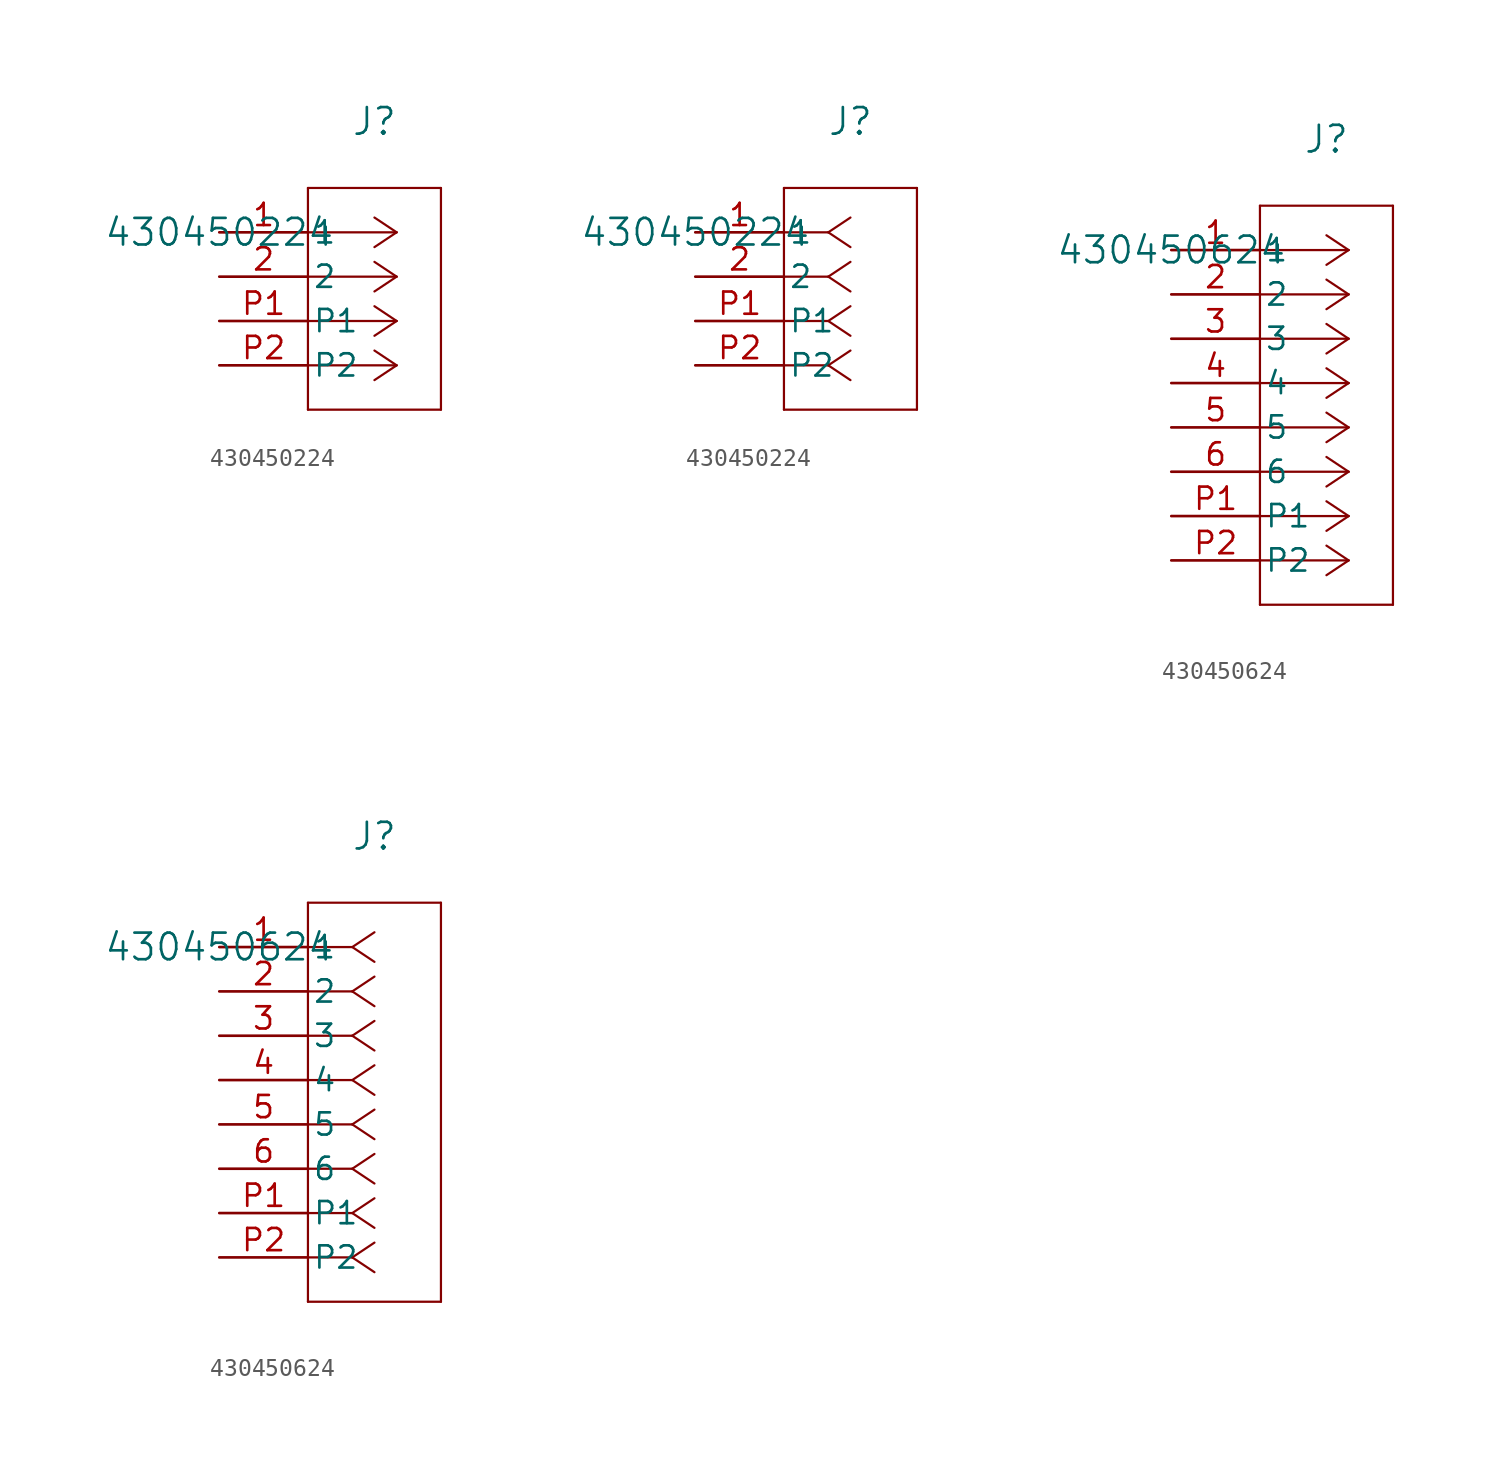
<source format=kicad_sym>
(kicad_symbol_lib
  (version 20220914)
  (generator kicad_symbol_editor)
  (symbol "430450224"
    (pin_names
      (offset 0.254))
    (property "Reference" "J"
      (at 8.89 6.35 0)
      (effects (font (size 1.524 1.524))))
    (property "Value" "430450224"
      (at 0 0 0)
      (effects (font (size 1.524 1.524))))
    (property "ki_locked" ""
      (at 0 0 0)
      (effects (font (size 1.27 1.27))))
    (symbol "430450224_1_1"
      (polyline (pts (xy 5.08 -10.16) (xy 12.7 -10.16)) (stroke (width 0.127) (type default)) (fill (type none)))
      (polyline (pts (xy 5.08 2.54) (xy 5.08 -10.16)) (stroke (width 0.127) (type default)) (fill (type none)))
      (polyline (pts (xy 10.16 -7.62) (xy 5.08 -7.62)) (stroke (width 0.127) (type default)) (fill (type none)))
      (polyline (pts (xy 10.16 -7.62) (xy 8.89 -8.467)) (stroke (width 0.127) (type default)) (fill (type none)))
      (polyline (pts (xy 10.16 -7.62) (xy 8.89 -6.773)) (stroke (width 0.127) (type default)) (fill (type none)))
      (polyline (pts (xy 10.16 -5.08) (xy 5.08 -5.08)) (stroke (width 0.127) (type default)) (fill (type none)))
      (polyline (pts (xy 10.16 -5.08) (xy 8.89 -5.927)) (stroke (width 0.127) (type default)) (fill (type none)))
      (polyline (pts (xy 10.16 -5.08) (xy 8.89 -4.233)) (stroke (width 0.127) (type default)) (fill (type none)))
      (polyline (pts (xy 10.16 -2.54) (xy 5.08 -2.54)) (stroke (width 0.127) (type default)) (fill (type none)))
      (polyline (pts (xy 10.16 -2.54) (xy 8.89 -3.387)) (stroke (width 0.127) (type default)) (fill (type none)))
      (polyline (pts (xy 10.16 -2.54) (xy 8.89 -1.693)) (stroke (width 0.127) (type default)) (fill (type none)))
      (polyline (pts (xy 10.16 0) (xy 5.08 0)) (stroke (width 0.127) (type default)) (fill (type none)))
      (polyline (pts (xy 10.16 0) (xy 8.89 -0.847)) (stroke (width 0.127) (type default)) (fill (type none)))
      (polyline (pts (xy 10.16 0) (xy 8.89 0.847)) (stroke (width 0.127) (type default)) (fill (type none)))
      (polyline (pts (xy 12.7 -10.16) (xy 12.7 2.54)) (stroke (width 0.127) (type default)) (fill (type none)))
      (polyline (pts (xy 12.7 2.54) (xy 5.08 2.54)) (stroke (width 0.127) (type default)) (fill (type none)))
      (pin unspecified line (at 0 0 0) (length 5.08) (name "1" (effects (font (size 1.27 1.27)))) (number "1" (effects (font (size 1.27 1.27)))))
      (pin unspecified line (at 0 -2.54 0) (length 5.08) (name "2" (effects (font (size 1.27 1.27)))) (number "2" (effects (font (size 1.27 1.27)))))
      (pin unspecified line (at 0 -5.08 0) (length 5.08) (name "P1" (effects (font (size 1.27 1.27)))) (number "P1" (effects (font (size 1.27 1.27)))))
      (pin unspecified line (at 0 -7.62 0) (length 5.08) (name "P2" (effects (font (size 1.27 1.27)))) (number "P2" (effects (font (size 1.27 1.27))))))
    (symbol "430450224_1_2"
      (polyline (pts (xy 5.08 -10.16) (xy 12.7 -10.16)) (stroke (width 0.127) (type default)) (fill (type none)))
      (polyline (pts (xy 5.08 2.54) (xy 5.08 -10.16)) (stroke (width 0.127) (type default)) (fill (type none)))
      (polyline (pts (xy 7.62 -7.62) (xy 5.08 -7.62)) (stroke (width 0.127) (type default)) (fill (type none)))
      (polyline (pts (xy 7.62 -7.62) (xy 8.89 -8.467)) (stroke (width 0.127) (type default)) (fill (type none)))
      (polyline (pts (xy 7.62 -7.62) (xy 8.89 -6.773)) (stroke (width 0.127) (type default)) (fill (type none)))
      (polyline (pts (xy 7.62 -5.08) (xy 5.08 -5.08)) (stroke (width 0.127) (type default)) (fill (type none)))
      (polyline (pts (xy 7.62 -5.08) (xy 8.89 -5.927)) (stroke (width 0.127) (type default)) (fill (type none)))
      (polyline (pts (xy 7.62 -5.08) (xy 8.89 -4.233)) (stroke (width 0.127) (type default)) (fill (type none)))
      (polyline (pts (xy 7.62 -2.54) (xy 5.08 -2.54)) (stroke (width 0.127) (type default)) (fill (type none)))
      (polyline (pts (xy 7.62 -2.54) (xy 8.89 -3.387)) (stroke (width 0.127) (type default)) (fill (type none)))
      (polyline (pts (xy 7.62 -2.54) (xy 8.89 -1.693)) (stroke (width 0.127) (type default)) (fill (type none)))
      (polyline (pts (xy 7.62 0) (xy 5.08 0)) (stroke (width 0.127) (type default)) (fill (type none)))
      (polyline (pts (xy 7.62 0) (xy 8.89 -0.847)) (stroke (width 0.127) (type default)) (fill (type none)))
      (polyline (pts (xy 7.62 0) (xy 8.89 0.847)) (stroke (width 0.127) (type default)) (fill (type none)))
      (polyline (pts (xy 12.7 -10.16) (xy 12.7 2.54)) (stroke (width 0.127) (type default)) (fill (type none)))
      (polyline (pts (xy 12.7 2.54) (xy 5.08 2.54)) (stroke (width 0.127) (type default)) (fill (type none)))
      (pin unspecified line (at 0 0 0) (length 5.08) (name "1" (effects (font (size 1.27 1.27)))) (number "1" (effects (font (size 1.27 1.27)))))
      (pin unspecified line (at 0 -2.54 0) (length 5.08) (name "2" (effects (font (size 1.27 1.27)))) (number "2" (effects (font (size 1.27 1.27)))))
      (pin unspecified line (at 0 -5.08 0) (length 5.08) (name "P1" (effects (font (size 1.27 1.27)))) (number "P1" (effects (font (size 1.27 1.27)))))
      (pin unspecified line (at 0 -7.62 0) (length 5.08) (name "P2" (effects (font (size 1.27 1.27)))) (number "P2" (effects (font (size 1.27 1.27)))))))
  (symbol "430450624"
    (pin_names
      (offset 0.254))
    (property "Reference" "J"
      (at 8.89 6.35 0)
      (effects (font (size 1.524 1.524))))
    (property "Value" "430450624"
      (at 0 0 0)
      (effects (font (size 1.524 1.524))))
    (property "ki_locked" ""
      (at 0 0 0)
      (effects (font (size 1.27 1.27))))
    (symbol "430450624_1_1"
      (polyline (pts (xy 5.08 -20.32) (xy 12.7 -20.32)) (stroke (width 0.127) (type default)) (fill (type none)))
      (polyline (pts (xy 5.08 2.54) (xy 5.08 -20.32)) (stroke (width 0.127) (type default)) (fill (type none)))
      (polyline (pts (xy 10.16 -17.78) (xy 5.08 -17.78)) (stroke (width 0.127) (type default)) (fill (type none)))
      (polyline (pts (xy 10.16 -17.78) (xy 8.89 -18.627)) (stroke (width 0.127) (type default)) (fill (type none)))
      (polyline (pts (xy 10.16 -17.78) (xy 8.89 -16.933)) (stroke (width 0.127) (type default)) (fill (type none)))
      (polyline (pts (xy 10.16 -15.24) (xy 5.08 -15.24)) (stroke (width 0.127) (type default)) (fill (type none)))
      (polyline (pts (xy 10.16 -15.24) (xy 8.89 -16.087)) (stroke (width 0.127) (type default)) (fill (type none)))
      (polyline (pts (xy 10.16 -15.24) (xy 8.89 -14.393)) (stroke (width 0.127) (type default)) (fill (type none)))
      (polyline (pts (xy 10.16 -12.7) (xy 5.08 -12.7)) (stroke (width 0.127) (type default)) (fill (type none)))
      (polyline (pts (xy 10.16 -12.7) (xy 8.89 -13.547)) (stroke (width 0.127) (type default)) (fill (type none)))
      (polyline (pts (xy 10.16 -12.7) (xy 8.89 -11.853)) (stroke (width 0.127) (type default)) (fill (type none)))
      (polyline (pts (xy 10.16 -10.16) (xy 5.08 -10.16)) (stroke (width 0.127) (type default)) (fill (type none)))
      (polyline (pts (xy 10.16 -10.16) (xy 8.89 -11.007)) (stroke (width 0.127) (type default)) (fill (type none)))
      (polyline (pts (xy 10.16 -10.16) (xy 8.89 -9.313)) (stroke (width 0.127) (type default)) (fill (type none)))
      (polyline (pts (xy 10.16 -7.62) (xy 5.08 -7.62)) (stroke (width 0.127) (type default)) (fill (type none)))
      (polyline (pts (xy 10.16 -7.62) (xy 8.89 -8.467)) (stroke (width 0.127) (type default)) (fill (type none)))
      (polyline (pts (xy 10.16 -7.62) (xy 8.89 -6.773)) (stroke (width 0.127) (type default)) (fill (type none)))
      (polyline (pts (xy 10.16 -5.08) (xy 5.08 -5.08)) (stroke (width 0.127) (type default)) (fill (type none)))
      (polyline (pts (xy 10.16 -5.08) (xy 8.89 -5.927)) (stroke (width 0.127) (type default)) (fill (type none)))
      (polyline (pts (xy 10.16 -5.08) (xy 8.89 -4.233)) (stroke (width 0.127) (type default)) (fill (type none)))
      (polyline (pts (xy 10.16 -2.54) (xy 5.08 -2.54)) (stroke (width 0.127) (type default)) (fill (type none)))
      (polyline (pts (xy 10.16 -2.54) (xy 8.89 -3.387)) (stroke (width 0.127) (type default)) (fill (type none)))
      (polyline (pts (xy 10.16 -2.54) (xy 8.89 -1.693)) (stroke (width 0.127) (type default)) (fill (type none)))
      (polyline (pts (xy 10.16 0) (xy 5.08 0)) (stroke (width 0.127) (type default)) (fill (type none)))
      (polyline (pts (xy 10.16 0) (xy 8.89 -0.847)) (stroke (width 0.127) (type default)) (fill (type none)))
      (polyline (pts (xy 10.16 0) (xy 8.89 0.847)) (stroke (width 0.127) (type default)) (fill (type none)))
      (polyline (pts (xy 12.7 -20.32) (xy 12.7 2.54)) (stroke (width 0.127) (type default)) (fill (type none)))
      (polyline (pts (xy 12.7 2.54) (xy 5.08 2.54)) (stroke (width 0.127) (type default)) (fill (type none)))
      (pin unspecified line (at 0 0 0) (length 5.08) (name "1" (effects (font (size 1.27 1.27)))) (number "1" (effects (font (size 1.27 1.27)))))
      (pin unspecified line (at 0 -2.54 0) (length 5.08) (name "2" (effects (font (size 1.27 1.27)))) (number "2" (effects (font (size 1.27 1.27)))))
      (pin unspecified line (at 0 -5.08 0) (length 5.08) (name "3" (effects (font (size 1.27 1.27)))) (number "3" (effects (font (size 1.27 1.27)))))
      (pin unspecified line (at 0 -7.62 0) (length 5.08) (name "4" (effects (font (size 1.27 1.27)))) (number "4" (effects (font (size 1.27 1.27)))))
      (pin unspecified line (at 0 -10.16 0) (length 5.08) (name "5" (effects (font (size 1.27 1.27)))) (number "5" (effects (font (size 1.27 1.27)))))
      (pin unspecified line (at 0 -12.7 0) (length 5.08) (name "6" (effects (font (size 1.27 1.27)))) (number "6" (effects (font (size 1.27 1.27)))))
      (pin unspecified line (at 0 -15.24 0) (length 5.08) (name "P1" (effects (font (size 1.27 1.27)))) (number "P1" (effects (font (size 1.27 1.27)))))
      (pin unspecified line (at 0 -17.78 0) (length 5.08) (name "P2" (effects (font (size 1.27 1.27)))) (number "P2" (effects (font (size 1.27 1.27))))))
    (symbol "430450624_1_2"
      (polyline (pts (xy 5.08 -20.32) (xy 12.7 -20.32)) (stroke (width 0.127) (type default)) (fill (type none)))
      (polyline (pts (xy 5.08 2.54) (xy 5.08 -20.32)) (stroke (width 0.127) (type default)) (fill (type none)))
      (polyline (pts (xy 7.62 -17.78) (xy 5.08 -17.78)) (stroke (width 0.127) (type default)) (fill (type none)))
      (polyline (pts (xy 7.62 -17.78) (xy 8.89 -18.627)) (stroke (width 0.127) (type default)) (fill (type none)))
      (polyline (pts (xy 7.62 -17.78) (xy 8.89 -16.933)) (stroke (width 0.127) (type default)) (fill (type none)))
      (polyline (pts (xy 7.62 -15.24) (xy 5.08 -15.24)) (stroke (width 0.127) (type default)) (fill (type none)))
      (polyline (pts (xy 7.62 -15.24) (xy 8.89 -16.087)) (stroke (width 0.127) (type default)) (fill (type none)))
      (polyline (pts (xy 7.62 -15.24) (xy 8.89 -14.393)) (stroke (width 0.127) (type default)) (fill (type none)))
      (polyline (pts (xy 7.62 -12.7) (xy 5.08 -12.7)) (stroke (width 0.127) (type default)) (fill (type none)))
      (polyline (pts (xy 7.62 -12.7) (xy 8.89 -13.547)) (stroke (width 0.127) (type default)) (fill (type none)))
      (polyline (pts (xy 7.62 -12.7) (xy 8.89 -11.853)) (stroke (width 0.127) (type default)) (fill (type none)))
      (polyline (pts (xy 7.62 -10.16) (xy 5.08 -10.16)) (stroke (width 0.127) (type default)) (fill (type none)))
      (polyline (pts (xy 7.62 -10.16) (xy 8.89 -11.007)) (stroke (width 0.127) (type default)) (fill (type none)))
      (polyline (pts (xy 7.62 -10.16) (xy 8.89 -9.313)) (stroke (width 0.127) (type default)) (fill (type none)))
      (polyline (pts (xy 7.62 -7.62) (xy 5.08 -7.62)) (stroke (width 0.127) (type default)) (fill (type none)))
      (polyline (pts (xy 7.62 -7.62) (xy 8.89 -8.467)) (stroke (width 0.127) (type default)) (fill (type none)))
      (polyline (pts (xy 7.62 -7.62) (xy 8.89 -6.773)) (stroke (width 0.127) (type default)) (fill (type none)))
      (polyline (pts (xy 7.62 -5.08) (xy 5.08 -5.08)) (stroke (width 0.127) (type default)) (fill (type none)))
      (polyline (pts (xy 7.62 -5.08) (xy 8.89 -5.927)) (stroke (width 0.127) (type default)) (fill (type none)))
      (polyline (pts (xy 7.62 -5.08) (xy 8.89 -4.233)) (stroke (width 0.127) (type default)) (fill (type none)))
      (polyline (pts (xy 7.62 -2.54) (xy 5.08 -2.54)) (stroke (width 0.127) (type default)) (fill (type none)))
      (polyline (pts (xy 7.62 -2.54) (xy 8.89 -3.387)) (stroke (width 0.127) (type default)) (fill (type none)))
      (polyline (pts (xy 7.62 -2.54) (xy 8.89 -1.693)) (stroke (width 0.127) (type default)) (fill (type none)))
      (polyline (pts (xy 7.62 0) (xy 5.08 0)) (stroke (width 0.127) (type default)) (fill (type none)))
      (polyline (pts (xy 7.62 0) (xy 8.89 -0.847)) (stroke (width 0.127) (type default)) (fill (type none)))
      (polyline (pts (xy 7.62 0) (xy 8.89 0.847)) (stroke (width 0.127) (type default)) (fill (type none)))
      (polyline (pts (xy 12.7 -20.32) (xy 12.7 2.54)) (stroke (width 0.127) (type default)) (fill (type none)))
      (polyline (pts (xy 12.7 2.54) (xy 5.08 2.54)) (stroke (width 0.127) (type default)) (fill (type none)))
      (pin unspecified line (at 0 0 0) (length 5.08) (name "1" (effects (font (size 1.27 1.27)))) (number "1" (effects (font (size 1.27 1.27)))))
      (pin unspecified line (at 0 -2.54 0) (length 5.08) (name "2" (effects (font (size 1.27 1.27)))) (number "2" (effects (font (size 1.27 1.27)))))
      (pin unspecified line (at 0 -5.08 0) (length 5.08) (name "3" (effects (font (size 1.27 1.27)))) (number "3" (effects (font (size 1.27 1.27)))))
      (pin unspecified line (at 0 -7.62 0) (length 5.08) (name "4" (effects (font (size 1.27 1.27)))) (number "4" (effects (font (size 1.27 1.27)))))
      (pin unspecified line (at 0 -10.16 0) (length 5.08) (name "5" (effects (font (size 1.27 1.27)))) (number "5" (effects (font (size 1.27 1.27)))))
      (pin unspecified line (at 0 -12.7 0) (length 5.08) (name "6" (effects (font (size 1.27 1.27)))) (number "6" (effects (font (size 1.27 1.27)))))
      (pin unspecified line (at 0 -15.24 0) (length 5.08) (name "P1" (effects (font (size 1.27 1.27)))) (number "P1" (effects (font (size 1.27 1.27)))))
      (pin unspecified line (at 0 -17.78 0) (length 5.08) (name "P2" (effects (font (size 1.27 1.27)))) (number "P2" (effects (font (size 1.27 1.27))))))))
</source>
